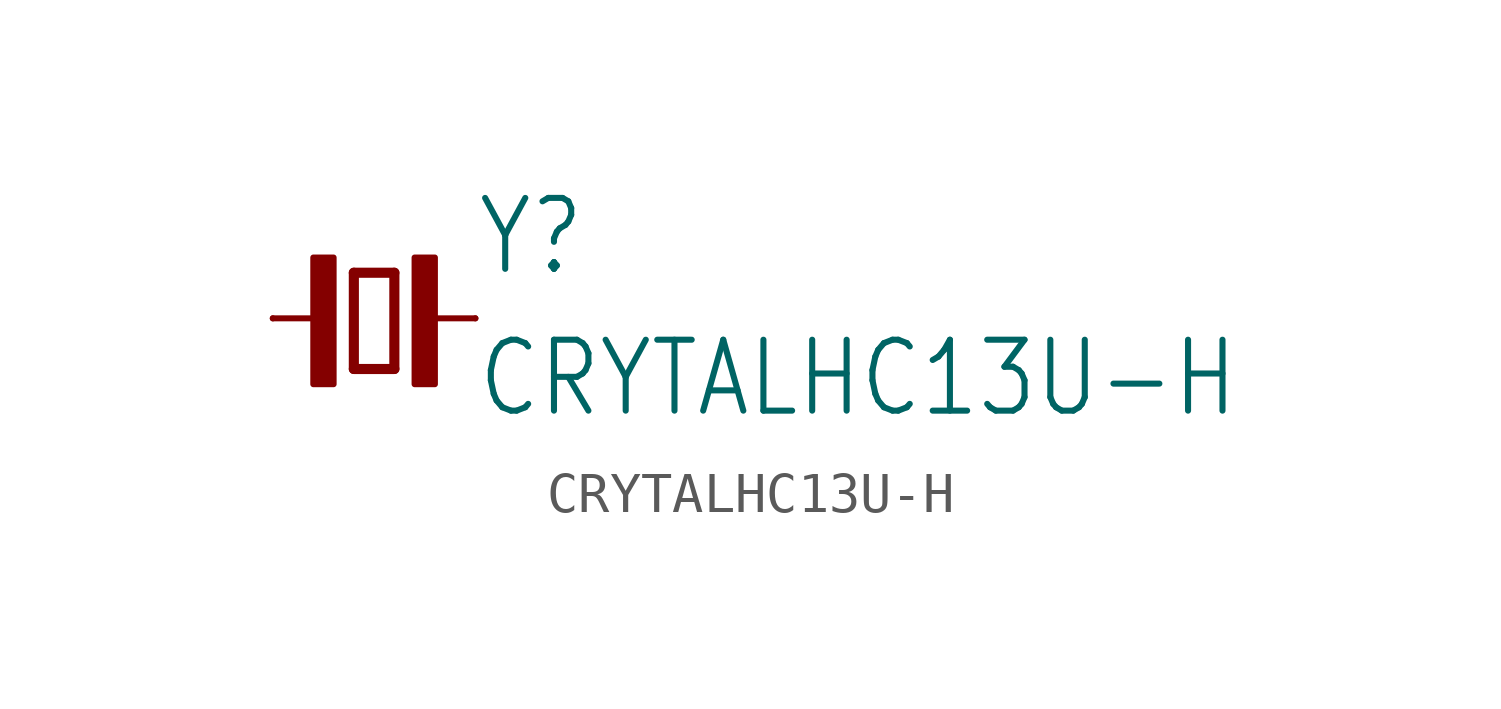
<source format=kicad_sym>
(kicad_symbol_lib
  (version 20211014)
  (generator kicad_symbol_editor)
  (symbol "CRYTALHC13U-H"
    (property "Reference" "Y"
      (at 2.54 1.016 0)
      (effects (font (size 1.778 1.511)) (justify left bottom)))
    (property "Value" "CRYTALHC13U-H"
      (at 2.54 -2.54 0)
      (effects (font (size 1.778 1.511)) (justify left bottom)))
    (property "ki_locked" ""
      (at 0 0 0)
      (effects (font (size 1.27 1.27))))
    (symbol "CRYTALHC13U-H_1_0"
      (rectangle (start -1.524 -1.651) (end -1.016 1.524) (stroke (width 0) (type default) (color 0 0 0 0)) (fill (type outline)))
      (polyline (pts (xy -2.54 0) (xy -1.143 0)) (stroke (width 0.152) (type default) (color 0 0 0 0)) (fill (type none)))
      (polyline (pts (xy -0.508 -1.27) (xy 0.508 -1.27)) (stroke (width 0.254) (type default) (color 0 0 0 0)) (fill (type none)))
      (polyline (pts (xy -0.508 1.143) (xy -0.508 -1.27)) (stroke (width 0.254) (type default) (color 0 0 0 0)) (fill (type none)))
      (polyline (pts (xy 0.508 -1.27) (xy 0.508 1.143)) (stroke (width 0.254) (type default) (color 0 0 0 0)) (fill (type none)))
      (polyline (pts (xy 0.508 1.143) (xy -0.508 1.143)) (stroke (width 0.254) (type default) (color 0 0 0 0)) (fill (type none)))
      (polyline (pts (xy 1.143 0) (xy 2.54 0)) (stroke (width 0.152) (type default) (color 0 0 0 0)) (fill (type none)))
      (rectangle (start 1.016 -1.651) (end 1.524 1.524) (stroke (width 0) (type default) (color 0 0 0 0)) (fill (type outline)))
      (pin passive line (at -2.54 0 0) (length 0) (name "1" (effects (font (size 0 0)))) (number "1" (effects (font (size 0 0)))))
      (pin passive line (at 2.54 0 180) (length 0) (name "2" (effects (font (size 0 0)))) (number "2" (effects (font (size 0 0))))))))
</source>
